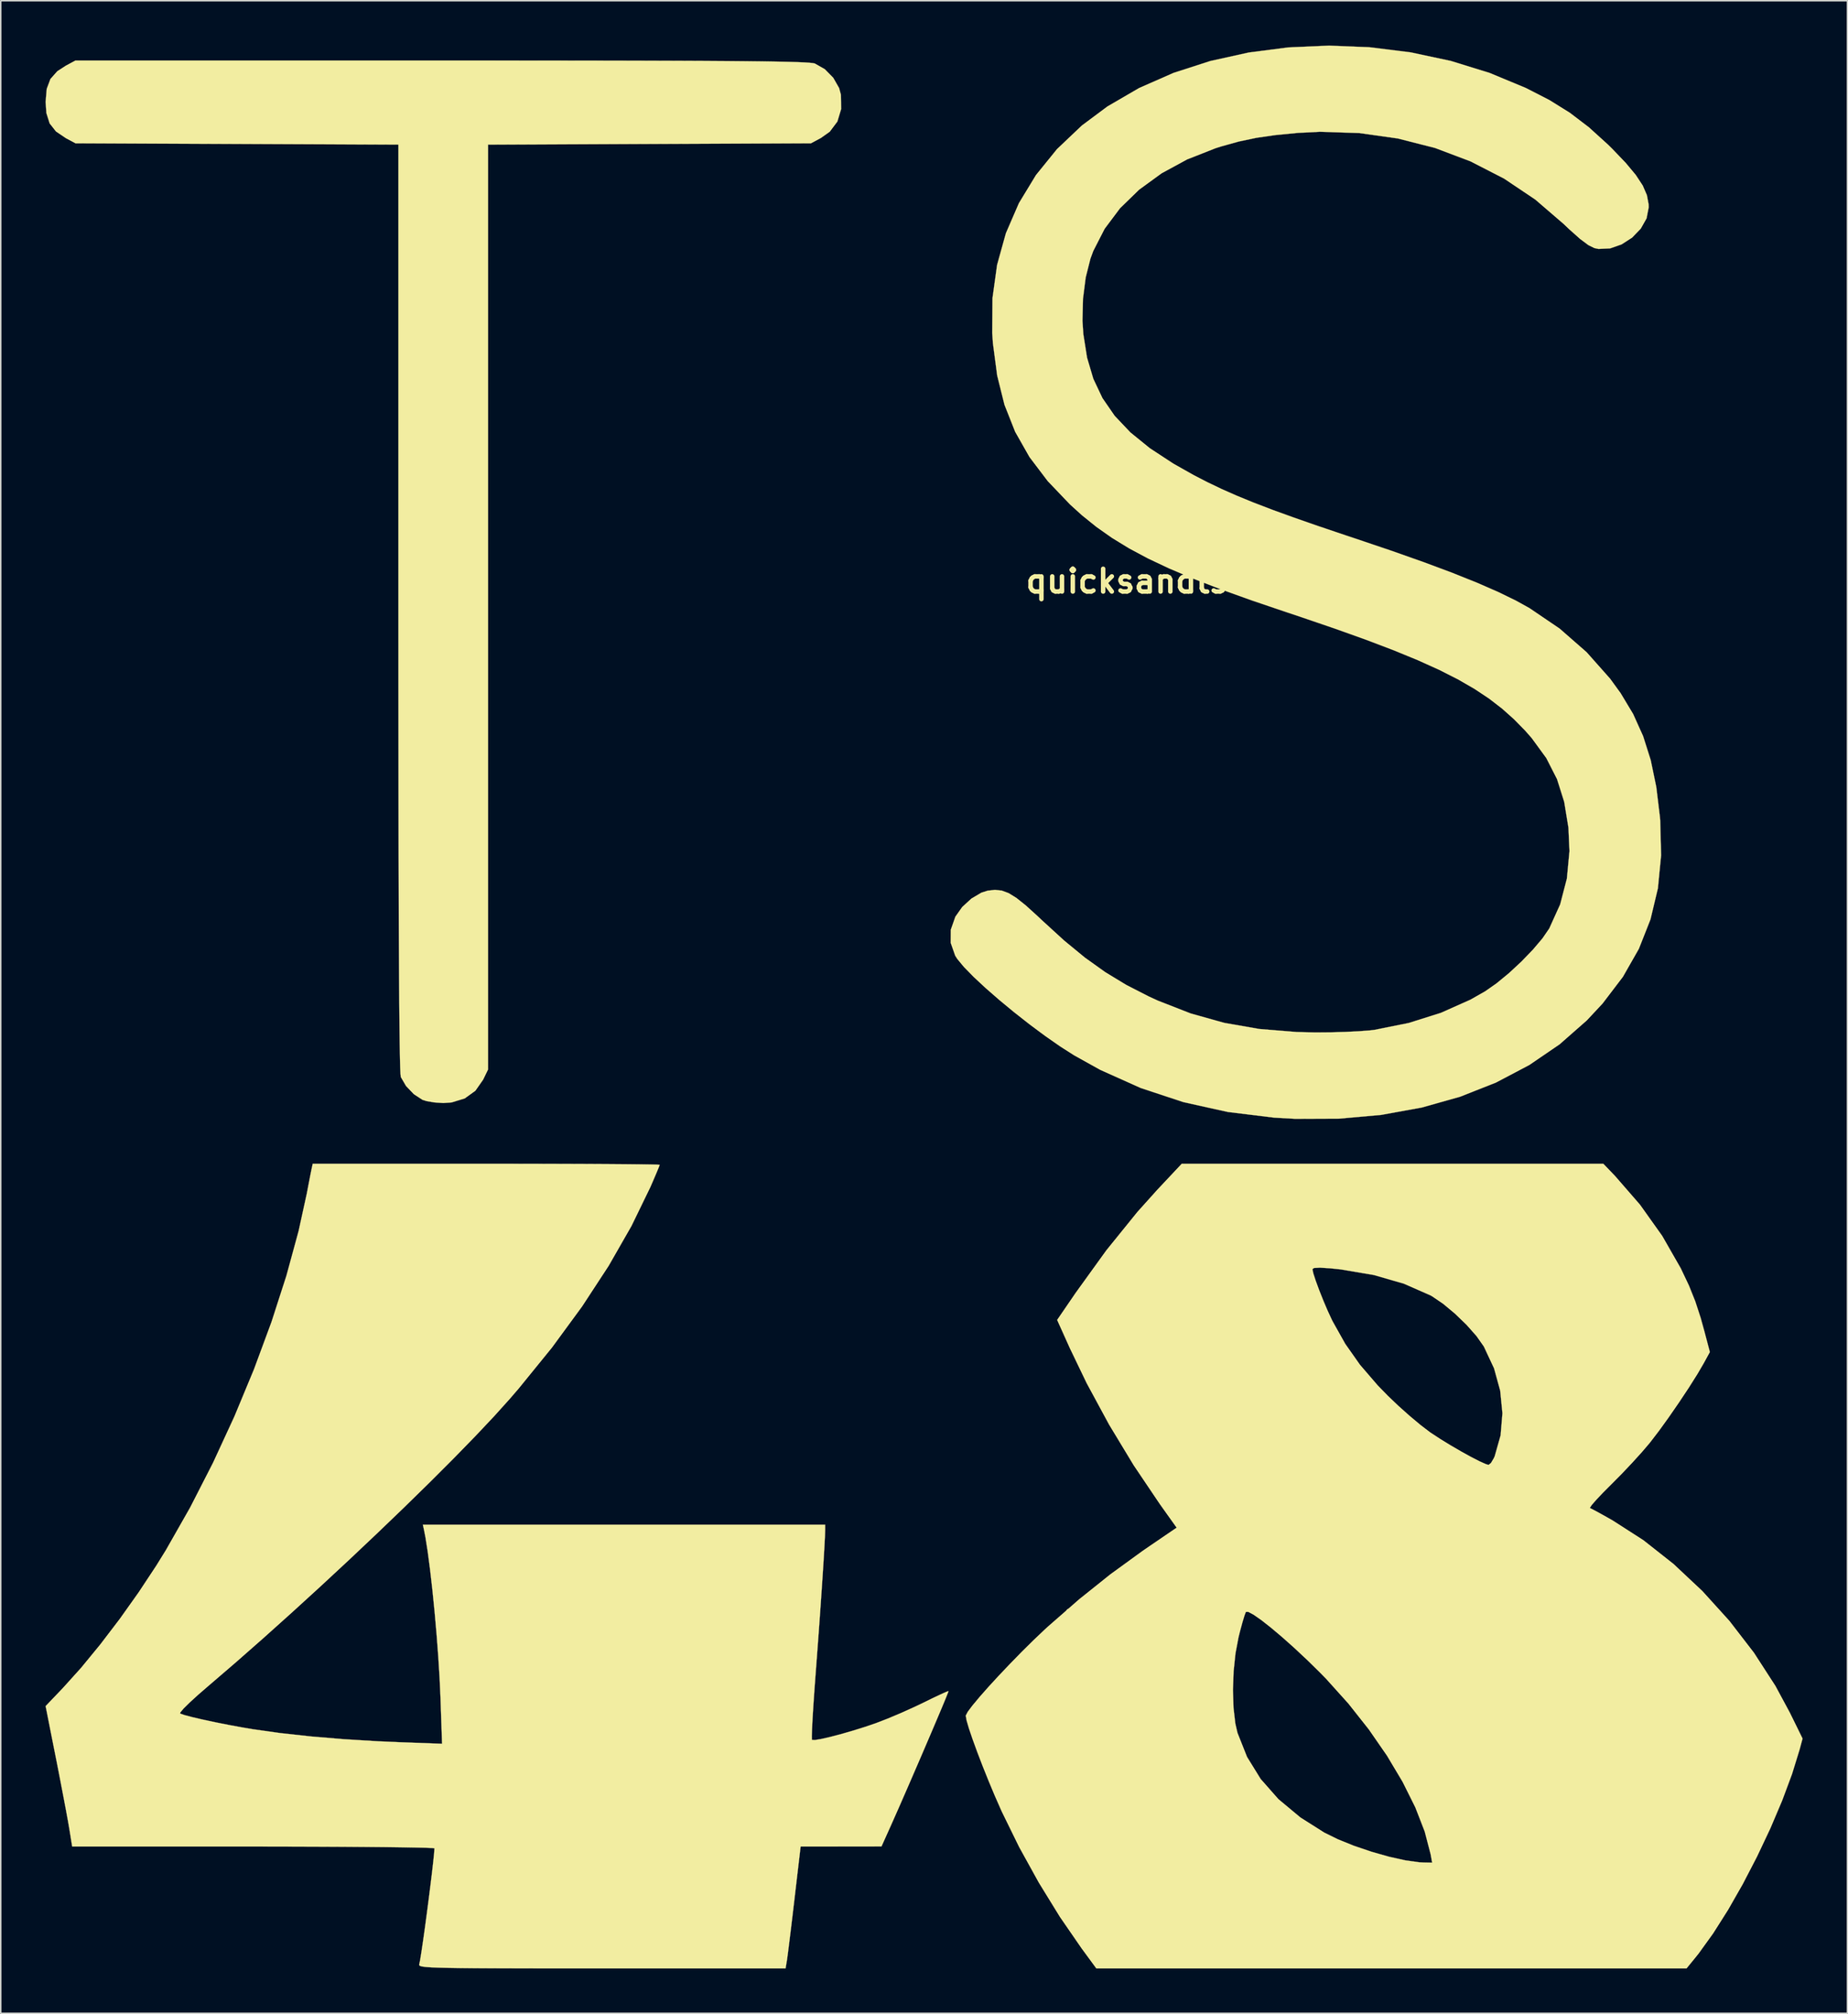
<source format=kicad_pcb>
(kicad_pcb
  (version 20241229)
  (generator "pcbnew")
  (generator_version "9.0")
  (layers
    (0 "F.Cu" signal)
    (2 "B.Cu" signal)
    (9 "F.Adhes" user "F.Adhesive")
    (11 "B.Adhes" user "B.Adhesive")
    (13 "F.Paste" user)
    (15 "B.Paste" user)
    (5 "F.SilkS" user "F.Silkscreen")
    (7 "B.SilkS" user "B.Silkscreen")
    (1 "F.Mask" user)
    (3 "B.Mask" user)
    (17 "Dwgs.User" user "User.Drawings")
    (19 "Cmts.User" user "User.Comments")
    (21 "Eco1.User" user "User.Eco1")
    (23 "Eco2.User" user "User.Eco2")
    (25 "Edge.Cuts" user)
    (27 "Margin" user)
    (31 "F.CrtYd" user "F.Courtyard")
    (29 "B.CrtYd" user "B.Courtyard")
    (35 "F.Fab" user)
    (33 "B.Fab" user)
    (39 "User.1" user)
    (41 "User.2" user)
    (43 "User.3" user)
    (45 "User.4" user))
  (footprint "quicksandts"
    (layer "F.Cu")
    (at 72.433 35.87)
    (property "Reference" "quicksandts" (at 0 0 0) (layer "F.SilkS") (effects (font (size 1.524 1.524) (thickness 0.3))))
    (attr through_hole)
    (fp_poly (pts (xy -42.627 -34.867) (xy -39.598 -34.866) (xy -36.852 -34.863) (xy -34.376 -34.86) (xy -32.156 -34.855) (xy -30.18 -34.849) (xy -28.436 -34.842) (xy -26.91 -34.833) (xy -25.59 -34.822) (xy -24.463 -34.81) (xy -23.517 -34.796) (xy -22.738 -34.78) (xy -22.114 -34.762) (xy -21.632 -34.742) (xy -21.279 -34.719) (xy -21.043 -34.695) (xy -20.911 -34.668) (xy -20.907 -34.666) (xy -20.244 -34.29) (xy -19.675 -33.712) (xy -19.282 -33.025) (xy -19.161 -32.584) (xy -19.145 -31.618) (xy -19.396 -30.784) (xy -19.906 -30.104) (xy -20.506 -29.678) (xy -21.167 -29.325) (xy -31.981 -29.281) (xy -42.795 -29.237) (xy -42.795 32.692) (xy -43.125 33.374) (xy -43.644 34.116) (xy -44.359 34.631) (xy -45.239 34.9) (xy -45.789 34.938) (xy -46.381 34.9) (xy -46.919 34.809) (xy -47.182 34.726) (xy -47.765 34.345) (xy -48.289 33.796) (xy -48.634 33.204) (xy -48.635 33.202) (xy -48.657 33.022) (xy -48.677 32.598) (xy -48.695 31.924) (xy -48.712 30.997) (xy -48.727 29.812) (xy -48.741 28.364) (xy -48.753 26.65) (xy -48.763 24.664) (xy -48.773 22.403) (xy -48.78 19.861) (xy -48.787 17.035) (xy -48.792 13.92) (xy -48.795 10.511) (xy -48.798 6.805) (xy -48.799 2.796) (xy -48.799 1.765) (xy -48.799 -29.239) (xy -59.613 -29.282) (xy -70.427 -29.325) (xy -71.069 -29.668) (xy -71.734 -30.118) (xy -72.158 -30.657) (xy -72.377 -31.35) (xy -72.428 -32.096) (xy -72.354 -32.969) (xy -72.104 -33.633) (xy -71.643 -34.152) (xy -71.069 -34.524) (xy -70.427 -34.867) (xy -45.951 -34.867) (xy -42.627 -34.867)) (stroke (width 0.01) (type solid)) (fill yes) (layer "F.SilkS"))
    (fp_poly (pts (xy 16.278 -35.754) (xy 19.003 -35.413) (xy 21.683 -34.842) (xy 24.285 -34.038) (xy 26.717 -33.028) (xy 28.286 -32.223) (xy 29.657 -31.371) (xy 30.932 -30.4) (xy 32.214 -29.238) (xy 32.501 -28.955) (xy 33.405 -28.011) (xy 34.078 -27.203) (xy 34.543 -26.496) (xy 34.822 -25.852) (xy 34.938 -25.235) (xy 34.944 -25.043) (xy 34.8 -24.3) (xy 34.409 -23.608) (xy 33.832 -23.011) (xy 33.128 -22.556) (xy 32.359 -22.287) (xy 31.584 -22.252) (xy 31.309 -22.307) (xy 30.907 -22.504) (xy 30.349 -22.92) (xy 29.621 -23.567) (xy 29.247 -23.923) (xy 27.34 -25.563) (xy 25.252 -26.963) (xy 23.007 -28.115) (xy 20.628 -29.013) (xy 18.138 -29.647) (xy 15.558 -30.011) (xy 12.914 -30.096) (xy 11.445 -30.022) (xy 9.952 -29.877) (xy 8.667 -29.691) (xy 7.489 -29.444) (xy 6.32 -29.118) (xy 5.927 -28.993) (xy 4.027 -28.245) (xy 2.315 -27.314) (xy 0.81 -26.218) (xy -0.468 -24.974) (xy -1.497 -23.601) (xy -2.258 -22.116) (xy -2.447 -21.605) (xy -2.766 -20.34) (xy -2.948 -18.913) (xy -2.983 -17.441) (xy -2.925 -16.552) (xy -2.675 -14.975) (xy -2.255 -13.554) (xy -1.644 -12.263) (xy -0.824 -11.075) (xy 0.228 -9.965) (xy 1.53 -8.908) (xy 3.104 -7.876) (xy 4.484 -7.098) (xy 5.393 -6.63) (xy 6.334 -6.179) (xy 7.345 -5.732) (xy 8.461 -5.275) (xy 9.717 -4.793) (xy 11.151 -4.273) (xy 12.797 -3.699) (xy 14.693 -3.059) (xy 15.317 -2.851) (xy 17.761 -2.025) (xy 19.921 -1.261) (xy 21.814 -0.554) (xy 23.454 0.104) (xy 24.859 0.718) (xy 26.044 1.294) (xy 26.959 1.801) (xy 28.979 3.172) (xy 30.784 4.751) (xy 32.355 6.521) (xy 33.061 7.492) (xy 33.9 8.889) (xy 34.567 10.368) (xy 35.079 11.979) (xy 35.45 13.773) (xy 35.696 15.8) (xy 35.714 16.01) (xy 35.774 18.35) (xy 35.559 20.556) (xy 35.063 22.64) (xy 34.283 24.614) (xy 33.214 26.488) (xy 31.853 28.275) (xy 30.797 29.406) (xy 28.976 31.006) (xy 26.942 32.394) (xy 24.714 33.567) (xy 22.308 34.517) (xy 19.742 35.24) (xy 17.033 35.732) (xy 14.197 35.985) (xy 11.253 35.995) (xy 9.852 35.916) (xy 6.752 35.537) (xy 3.777 34.877) (xy 0.929 33.936) (xy -1.792 32.716) (xy -3.536 31.746) (xy -4.466 31.153) (xy -5.471 30.453) (xy -6.513 29.679) (xy -7.553 28.863) (xy -8.552 28.038) (xy -9.471 27.237) (xy -10.272 26.491) (xy -10.915 25.834) (xy -11.361 25.297) (xy -11.507 25.07) (xy -11.806 24.214) (xy -11.801 23.334) (xy -11.495 22.461) (xy -11.034 21.811) (xy -10.42 21.248) (xy -9.749 20.851) (xy -9.33 20.718) (xy -8.845 20.664) (xy -8.392 20.711) (xy -7.928 20.883) (xy -7.408 21.204) (xy -6.787 21.699) (xy -6.022 22.392) (xy -5.71 22.686) (xy -4.217 24.051) (xy -2.82 25.2) (xy -1.453 26.177) (xy -0.051 27.028) (xy 1.451 27.798) (xy 2.084 28.088) (xy 4.274 28.943) (xy 6.516 29.57) (xy 8.865 29.98) (xy 11.377 30.183) (xy 12.623 30.21) (xy 13.618 30.203) (xy 14.613 30.176) (xy 15.522 30.132) (xy 16.26 30.076) (xy 16.585 30.037) (xy 18.869 29.578) (xy 21.023 28.9) (xy 23.001 28.019) (xy 23.987 27.459) (xy 24.754 26.923) (xy 25.586 26.238) (xy 26.419 25.465) (xy 27.187 24.669) (xy 27.828 23.913) (xy 28.277 23.259) (xy 28.285 23.245) (xy 29.012 21.64) (xy 29.463 19.91) (xy 29.635 18.071) (xy 29.566 16.496) (xy 29.285 14.775) (xy 28.8 13.243) (xy 28.083 11.838) (xy 27.105 10.498) (xy 26.657 9.99) (xy 25.914 9.233) (xy 25.118 8.524) (xy 24.244 7.851) (xy 23.269 7.204) (xy 22.169 6.57) (xy 20.92 5.937) (xy 19.5 5.295) (xy 17.883 4.63) (xy 16.047 3.931) (xy 13.968 3.187) (xy 11.622 2.385) (xy 10.72 2.084) (xy 8.369 1.287) (xy 6.291 0.542) (xy 4.457 -0.166) (xy 2.839 -0.851) (xy 1.407 -1.526) (xy 0.134 -2.207) (xy -1.008 -2.906) (xy -2.049 -3.639) (xy -3.017 -4.419) (xy -3.812 -5.139) (xy -5.309 -6.706) (xy -6.529 -8.315) (xy -7.488 -10.004) (xy -8.204 -11.811) (xy -8.695 -13.776) (xy -8.979 -15.936) (xy -9.026 -16.625) (xy -9.009 -18.95) (xy -8.701 -21.182) (xy -8.109 -23.309) (xy -7.238 -25.318) (xy -6.096 -27.198) (xy -4.689 -28.934) (xy -3.024 -30.514) (xy -1.314 -31.789) (xy 0.812 -33.026) (xy 3.122 -34.041) (xy 5.582 -34.835) (xy 8.16 -35.404) (xy 10.824 -35.748) (xy 13.541 -35.865) (xy 16.278 -35.754)) (stroke (width 0.01) (type solid)) (fill yes) (layer "F.SilkS")))
  (footprint "Ruslan48"
    (layer "F.Cu")
    (at 73.461 105.663)
    (property "Reference" "Ruslan48" (at 0 0 0) (layer "F.SilkS") (effects (font (size 1.524 1.524) (thickness 0.3))))
    (attr through_hole)
    (fp_poly (pts (xy 31.652 -29.98) (xy 33.329 -28.051) (xy 34.816 -25.963) (xy 36.055 -23.8) (xy 36.077 -23.756) (xy 36.61 -22.632) (xy 37.03 -21.587) (xy 37.392 -20.479) (xy 37.637 -19.597) (xy 38.01 -18.181) (xy 37.606 -17.442) (xy 37.174 -16.703) (xy 36.606 -15.803) (xy 35.953 -14.819) (xy 35.271 -13.831) (xy 34.614 -12.919) (xy 34.033 -12.161) (xy 33.972 -12.084) (xy 33.464 -11.489) (xy 32.814 -10.772) (xy 32.105 -10.023) (xy 31.42 -9.332) (xy 31.406 -9.318) (xy 30.858 -8.769) (xy 30.415 -8.301) (xy 30.109 -7.951) (xy 29.978 -7.759) (xy 29.982 -7.735) (xy 30.169 -7.642) (xy 30.56 -7.431) (xy 31.09 -7.137) (xy 31.496 -6.907) (xy 33.56 -5.581) (xy 35.577 -3.99) (xy 37.51 -2.176) (xy 39.317 -0.182) (xy 40.961 1.95) (xy 42.402 4.176) (xy 43.368 5.967) (xy 44.22 7.701) (xy 44.023 8.43) (xy 43.515 10.076) (xy 42.85 11.861) (xy 42.058 13.724) (xy 41.169 15.605) (xy 40.215 17.443) (xy 39.225 19.177) (xy 38.23 20.746) (xy 37.26 22.091) (xy 37.021 22.39) (xy 36.447 23.091) (xy -3.081 23.091) (xy -4.07 21.744) (xy -5.517 19.645) (xy -6.931 17.349) (xy -8.249 14.965) (xy -9.407 12.602) (xy -9.468 12.467) (xy -9.883 11.525) (xy -10.297 10.535) (xy -10.695 9.543) (xy -11.058 8.597) (xy -11.37 7.741) (xy -11.614 7.023) (xy -11.771 6.487) (xy -11.826 6.18) (xy -11.824 6.155) (xy -11.695 5.909) (xy -11.376 5.484) (xy -10.901 4.914) (xy -10.493 4.453) (xy 6.068 4.453) (xy 6.106 5.642) (xy 6.227 6.688) (xy 6.37 7.312) (xy 7.011 8.927) (xy 7.926 10.409) (xy 9.116 11.759) (xy 10.585 12.982) (xy 12.18 13.993) (xy 13.095 14.444) (xy 14.177 14.881) (xy 15.344 15.277) (xy 16.515 15.61) (xy 17.607 15.854) (xy 18.54 15.984) (xy 18.826 15.999) (xy 19.41 16.01) (xy 19.305 15.432) (xy 18.914 13.929) (xy 18.283 12.306) (xy 17.433 10.6) (xy 16.388 8.849) (xy 15.171 7.09) (xy 13.804 5.361) (xy 12.31 3.7) (xy 11.873 3.254) (xy 11.016 2.414) (xy 10.167 1.621) (xy 9.357 0.9) (xy 8.616 0.275) (xy 7.973 -0.23) (xy 7.458 -0.59) (xy 7.101 -0.781) (xy 6.933 -0.779) (xy 6.845 -0.549) (xy 6.708 -0.096) (xy 6.545 0.506) (xy 6.445 0.904) (xy 6.238 1.996) (xy 6.112 3.208) (xy 6.068 4.453) (xy -10.493 4.453) (xy -10.301 4.235) (xy -9.608 3.482) (xy -8.855 2.689) (xy -8.075 1.89) (xy -7.298 1.122) (xy -6.558 0.419) (xy -6.327 0.207) (xy -4.22 -1.635) (xy -2.138 -3.299) (xy 0.037 -4.879) (xy 0.495 -5.193) (xy 2.298 -6.422) (xy 1.168 -8.007) (xy -0.576 -10.595) (xy -2.228 -13.326) (xy -3.727 -16.095) (xy -4.85 -18.43) (xy -5.706 -20.331) (xy -4.472 -22.134) (xy -3.318 -23.734) (xy 11.392 -23.734) (xy 11.451 -23.452) (xy 11.61 -22.962) (xy 11.84 -22.335) (xy 12.116 -21.642) (xy 12.408 -20.956) (xy 12.689 -20.348) (xy 12.741 -20.243) (xy 13.589 -18.731) (xy 14.578 -17.326) (xy 15.766 -15.946) (xy 16.455 -15.239) (xy 17.157 -14.571) (xy 17.91 -13.899) (xy 18.632 -13.296) (xy 19.239 -12.832) (xy 19.319 -12.776) (xy 19.938 -12.369) (xy 20.633 -11.943) (xy 21.346 -11.528) (xy 22.019 -11.156) (xy 22.593 -10.862) (xy 23.012 -10.675) (xy 23.19 -10.626) (xy 23.351 -10.753) (xy 23.542 -11.076) (xy 23.602 -11.212) (xy 23.997 -12.605) (xy 24.118 -14.081) (xy 23.97 -15.592) (xy 23.556 -17.092) (xy 22.881 -18.535) (xy 22.862 -18.568) (xy 22.382 -19.25) (xy 21.714 -20.004) (xy 20.941 -20.751) (xy 20.145 -21.414) (xy 19.407 -21.914) (xy 19.28 -21.984) (xy 17.512 -22.76) (xy 15.511 -23.337) (xy 13.282 -23.715) (xy 12.585 -23.788) (xy 11.896 -23.831) (xy 11.501 -23.809) (xy 11.392 -23.734) (xy -3.318 -23.734) (xy -2.408 -24.995) (xy -0.333 -27.559) (xy 1.012 -29.056) (xy 2.639 -30.788) (xy 30.875 -30.788) (xy 31.652 -29.98)) (stroke (width 0.01) (type solid)) (fill yes) (layer "F.SilkS"))
    (fp_poly (pts (xy -42.086 -30.787) (xy -40.317 -30.784) (xy -38.664 -30.78) (xy -37.15 -30.775) (xy -35.8 -30.768) (xy -34.637 -30.76) (xy -33.684 -30.751) (xy -32.966 -30.741) (xy -32.507 -30.73) (xy -32.329 -30.719) (xy -32.327 -30.718) (xy -32.385 -30.556) (xy -32.542 -30.176) (xy -32.771 -29.641) (xy -32.956 -29.217) (xy -34.216 -26.624) (xy -35.746 -23.952) (xy -37.529 -21.227) (xy -39.546 -18.476) (xy -41.78 -15.728) (xy -42.37 -15.044) (xy -43.425 -13.873) (xy -44.689 -12.533) (xy -46.133 -11.052) (xy -47.729 -9.456) (xy -49.447 -7.774) (xy -51.26 -6.033) (xy -53.138 -4.259) (xy -55.054 -2.48) (xy -56.978 -0.724) (xy -58.881 0.983) (xy -60.735 2.613) (xy -62.512 4.139) (xy -62.54 4.163) (xy -63.244 4.772) (xy -63.812 5.291) (xy -64.216 5.69) (xy -64.429 5.945) (xy -64.446 6.024) (xy -64.162 6.125) (xy -63.632 6.266) (xy -62.914 6.433) (xy -62.066 6.614) (xy -61.145 6.796) (xy -60.209 6.967) (xy -59.575 7.074) (xy -57.753 7.331) (xy -55.697 7.556) (xy -53.48 7.742) (xy -51.173 7.883) (xy -49.813 7.942) (xy -46.902 8.048) (xy -47.007 4.986) (xy -47.067 3.659) (xy -47.157 2.216) (xy -47.271 0.713) (xy -47.404 -0.796) (xy -47.55 -2.254) (xy -47.705 -3.607) (xy -47.862 -4.8) (xy -48.016 -5.776) (xy -48.113 -6.273) (xy -48.189 -6.619) (xy -21.244 -6.619) (xy -21.244 -6.273) (xy -21.256 -5.887) (xy -21.289 -5.233) (xy -21.341 -4.349) (xy -21.409 -3.275) (xy -21.491 -2.05) (xy -21.583 -0.712) (xy -21.684 0.7) (xy -21.791 2.147) (xy -21.882 3.349) (xy -21.965 4.474) (xy -22.035 5.497) (xy -22.089 6.379) (xy -22.124 7.08) (xy -22.139 7.56) (xy -22.132 7.779) (xy -22.128 7.788) (xy -21.934 7.799) (xy -21.504 7.727) (xy -20.894 7.587) (xy -20.161 7.395) (xy -19.359 7.163) (xy -18.545 6.908) (xy -17.846 6.669) (xy -17.068 6.369) (xy -16.152 5.983) (xy -15.235 5.57) (xy -14.694 5.311) (xy -14.047 4.995) (xy -13.51 4.741) (xy -13.136 4.573) (xy -12.982 4.517) (xy -12.981 4.517) (xy -13.03 4.661) (xy -13.186 5.048) (xy -13.432 5.64) (xy -13.752 6.397) (xy -14.128 7.28) (xy -14.544 8.252) (xy -14.983 9.273) (xy -15.429 10.303) (xy -15.864 11.305) (xy -16.273 12.24) (xy -16.639 13.068) (xy -16.868 13.582) (xy -17.472 14.926) (xy -20.18 14.929) (xy -22.888 14.932) (xy -23.307 18.511) (xy -23.431 19.557) (xy -23.547 20.526) (xy -23.651 21.368) (xy -23.734 22.033) (xy -23.792 22.469) (xy -23.811 22.591) (xy -23.895 23.091) (xy -36.203 23.091) (xy -38.44 23.091) (xy -40.389 23.09) (xy -42.069 23.087) (xy -43.5 23.083) (xy -44.701 23.077) (xy -45.693 23.068) (xy -46.495 23.056) (xy -47.127 23.041) (xy -47.607 23.022) (xy -47.957 22.999) (xy -48.195 22.971) (xy -48.341 22.937) (xy -48.415 22.898) (xy -48.436 22.854) (xy -48.431 22.822) (xy -48.374 22.545) (xy -48.289 22.017) (xy -48.182 21.293) (xy -48.06 20.429) (xy -47.932 19.478) (xy -47.803 18.497) (xy -47.682 17.539) (xy -47.575 16.661) (xy -47.49 15.916) (xy -47.434 15.36) (xy -47.413 15.049) (xy -47.563 15.03) (xy -47.998 15.013) (xy -48.694 14.997) (xy -49.629 14.982) (xy -50.778 14.968) (xy -52.119 14.957) (xy -53.629 14.947) (xy -55.284 14.94) (xy -57.062 14.935) (xy -58.938 14.932) (xy -59.545 14.932) (xy -71.676 14.932) (xy -71.869 13.739) (xy -71.957 13.233) (xy -72.093 12.489) (xy -72.267 11.569) (xy -72.465 10.537) (xy -72.676 9.455) (xy -72.759 9.036) (xy -73.456 5.527) (xy -72.294 4.311) (xy -71.082 2.967) (xy -69.8 1.406) (xy -68.497 -0.301) (xy -67.226 -2.089) (xy -66.036 -3.889) (xy -65.395 -4.926) (xy -63.778 -7.768) (xy -62.242 -10.769) (xy -60.808 -13.876) (xy -59.496 -17.036) (xy -58.328 -20.194) (xy -57.326 -23.298) (xy -56.509 -26.293) (xy -55.964 -28.787) (xy -55.841 -29.429) (xy -55.732 -29.989) (xy -55.655 -30.373) (xy -55.641 -30.442) (xy -55.566 -30.788) (xy -43.947 -30.788) (xy -42.086 -30.787)) (stroke (width 0.01) (type solid)) (fill yes) (layer "F.SilkS")))
  (gr_rect
    (start -3 -3)
    (end 120.685 131.759)
    (stroke (width 0.1) (type default))
    (fill no)
    (layer "Edge.Cuts")))
</source>
